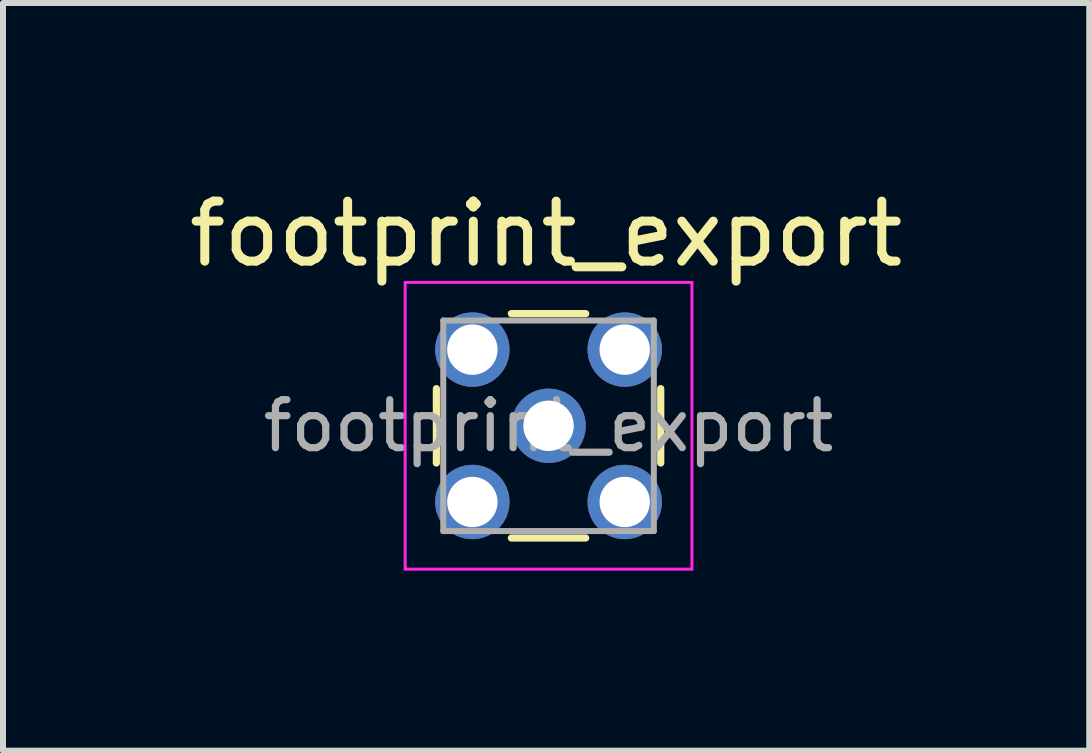
<source format=kicad_pcb>
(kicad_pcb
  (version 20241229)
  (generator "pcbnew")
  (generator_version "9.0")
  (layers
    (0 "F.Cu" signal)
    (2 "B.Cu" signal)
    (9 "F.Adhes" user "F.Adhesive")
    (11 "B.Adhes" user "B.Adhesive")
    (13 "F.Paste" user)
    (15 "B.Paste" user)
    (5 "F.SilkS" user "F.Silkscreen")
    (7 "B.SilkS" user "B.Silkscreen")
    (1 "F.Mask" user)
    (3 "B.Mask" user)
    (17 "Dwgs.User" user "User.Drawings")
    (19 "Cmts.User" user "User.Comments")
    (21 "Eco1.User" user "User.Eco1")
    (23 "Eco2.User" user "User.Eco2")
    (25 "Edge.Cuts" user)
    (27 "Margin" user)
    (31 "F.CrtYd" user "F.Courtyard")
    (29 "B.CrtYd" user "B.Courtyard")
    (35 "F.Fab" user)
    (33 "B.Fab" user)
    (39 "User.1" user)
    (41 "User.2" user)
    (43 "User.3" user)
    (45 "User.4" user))
  (footprint "footprint_export"
    (layer "F.Cu")
    (at 6.094 4.048)
    (property "Reference" "footprint_export" (at -0.04 -3.2 0) (layer "F.SilkS") (effects (font (size 1 1) (thickness 0.15))))
    (attr through_hole)
    (fp_line (start -1.87 0.62) (end -1.87 -0.62) (stroke (width 0.12) (type solid)) (layer "F.SilkS"))
    (fp_line (start 0.62 -1.87) (end -0.62 -1.87) (stroke (width 0.12) (type solid)) (layer "F.SilkS"))
    (fp_line (start 0.62 1.87) (end -0.62 1.87) (stroke (width 0.12) (type solid)) (layer "F.SilkS"))
    (fp_line (start 1.87 0.62) (end 1.87 -0.62) (stroke (width 0.12) (type solid)) (layer "F.SilkS"))
    (fp_line (start -2.39 -2.39) (end 2.39 -2.39) (stroke (width 0.05) (type solid)) (layer "F.CrtYd"))
    (fp_line (start -2.39 2.39) (end -2.39 -2.39) (stroke (width 0.05) (type solid)) (layer "F.CrtYd"))
    (fp_line (start -2.39 2.39) (end 2.39 2.39) (stroke (width 0.05) (type solid)) (layer "F.CrtYd"))
    (fp_line (start 2.39 2.39) (end 2.39 -2.39) (stroke (width 0.05) (type solid)) (layer "F.CrtYd"))
    (fp_line (start -1.755 -1.755) (end -1.755 1.755) (stroke (width 0.1) (type solid)) (layer "F.Fab"))
    (fp_line (start -1.755 -1.755) (end 1.755 -1.755) (stroke (width 0.1) (type solid)) (layer "F.Fab"))
    (fp_line (start -1.755 1.755) (end 1.755 1.755) (stroke (width 0.1) (type solid)) (layer "F.Fab"))
    (fp_line (start 1.755 -1.755) (end 1.755 1.755) (stroke (width 0.1) (type solid)) (layer "F.Fab"))
    (fp_text user "${REFERENCE}" (at 0 0 0) (layer "F.Fab") (effects (font (size 0.8 0.8) (thickness 0.12))))
    (pad "1" thru_hole circle (at 0 0) (size 1.24 1.24) (drill 0.84) (layers "*.Cu" "*.Mask"))
    (pad "2" thru_hole circle (at -1.27 -1.27) (size 1.24 1.24) (drill 0.84) (layers "*.Cu" "*.Mask"))
    (pad "2" thru_hole circle (at -1.27 1.27) (size 1.24 1.24) (drill 0.84) (layers "*.Cu" "*.Mask"))
    (pad "2" thru_hole circle (at 1.27 -1.27) (size 1.24 1.24) (drill 0.84) (layers "*.Cu" "*.Mask"))
    (pad "2" thru_hole circle (at 1.27 1.27) (size 1.24 1.24) (drill 0.84) (layers "*.Cu" "*.Mask")))
  (gr_rect
    (start -3 -3)
    (end 15.107 9.463)
    (stroke (width 0.1) (type default))
    (fill no)
    (layer "Edge.Cuts")))
</source>
